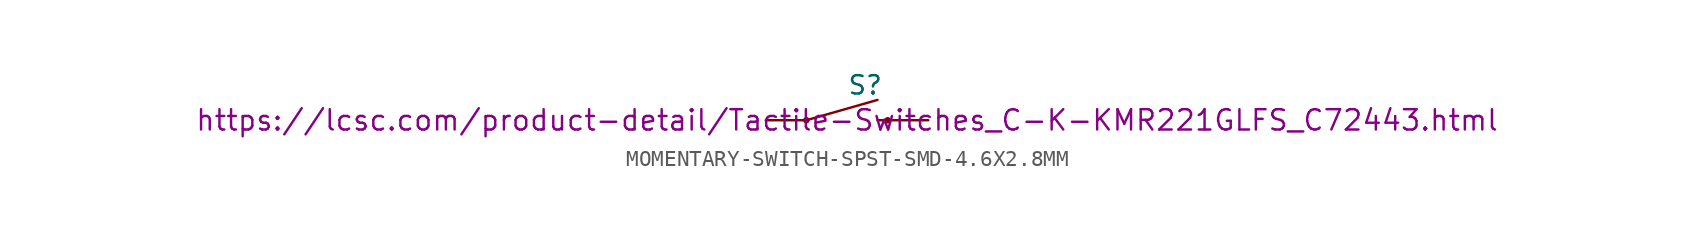
<source format=kicad_sym>
(kicad_symbol_lib
  (version 20231120)
  (generator "kicad_symbol_editor")
  (generator_version "8.0")
  (symbol "MOMENTARY-SWITCH-SPST-SMD-4.6X2.8MM"
    (pin_numbers hide)
    (pin_names
      (offset 1.016) hide)
    (property "Reference" "S"
      (at 0 1.524 0)
      (effects (font (size 1.143 1.143)) (justify left bottom)))
    (property "Link" "https://lcsc.com/product-detail/Tactile-Switches_C-K-KMR221GLFS_C72443.html"
      (at 0 0 0)
      (effects (font (size 1.27 1.27))))
    (symbol "MOMENTARY-SWITCH-SPST-SMD-4.6X2.8MM_1_0"
      (polyline (pts (xy -2.54 0) (xy 1.905 1.27)) (stroke (width 0) (type default)) (fill (type none)))
      (polyline (pts (xy 1.905 0) (xy 2.54 0)) (stroke (width 0) (type default)) (fill (type none))))
    (symbol "MOMENTARY-SWITCH-SPST-SMD-4.6X2.8MM_1_1"
      (circle (center -2.54 0) (radius 0.127) (stroke (width 0) (type default)) (fill (type outline)))
      (circle (center 2.54 0) (radius 0.127) (stroke (width 0) (type default)) (fill (type outline)))
      (pin passive line (at -5.08 0 0) (length 2.54) (name "1" (effects (font (size 1.016 1.016)))) (number "1" (effects (font (size 1.016 1.016)))))
      (pin passive line (at -5.08 0 0) (length 2.54) hide (name "1" (effects (font (size 1.016 1.016)))) (number "2" (effects (font (size 1.016 1.016)))))
      (pin passive line (at 5.08 0 180) (length 2.54) (name "2" (effects (font (size 1.016 1.016)))) (number "3" (effects (font (size 1.016 1.016)))))
      (pin passive line (at 5.08 0 180) (length 2.54) hide (name "2" (effects (font (size 1.016 1.016)))) (number "4" (effects (font (size 1.016 1.016))))))))
</source>
